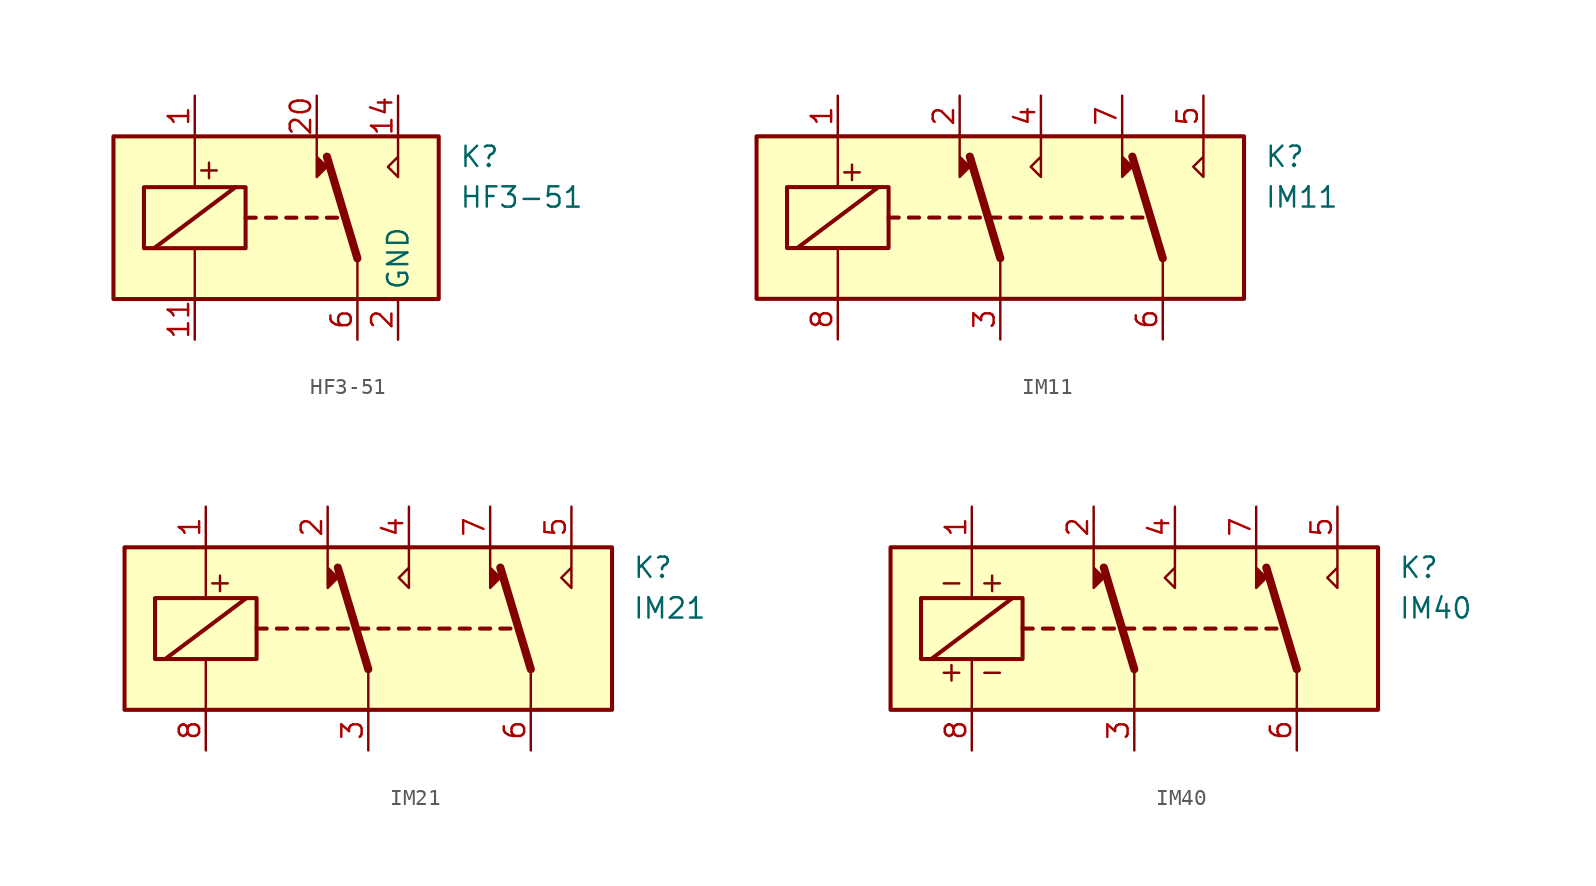
<source format=kicad_sym>
(kicad_symbol_lib
  (version 20241209)
  (generator "kicad_symbol_editor")
  (generator_version "9.0")
  (symbol "HF3-51"
    (property "Reference" "K"
      (at 11.43 3.81 0)
      (effects (font (size 1.27 1.27)) (justify left)))
    (property "Value" "HF3-51"
      (at 11.43 1.27 0)
      (effects (font (size 1.27 1.27)) (justify left)))
    (symbol "HF3-51_0_0"
      (polyline (pts (xy 7.62 5.08) (xy 7.62 2.54) (xy 6.985 3.175) (xy 7.62 3.81)) (stroke (width 0) (type default)) (fill (type none)))
      (text "+" (at -4.191 3.048 0) (effects (font (size 1.27 1.27)))))
    (symbol "HF3-51_0_1"
      (rectangle (start -10.16 5.08) (end 10.16 -5.08) (stroke (width 0.254) (type default)) (fill (type background)))
      (rectangle (start -8.255 1.905) (end -1.905 -1.905) (stroke (width 0.254) (type default)) (fill (type none)))
      (polyline (pts (xy -7.62 -1.905) (xy -2.54 1.905)) (stroke (width 0.254) (type default)) (fill (type none)))
      (polyline (pts (xy -5.08 5.08) (xy -5.08 1.905)) (stroke (width 0) (type default)) (fill (type none)))
      (polyline (pts (xy -5.08 -5.08) (xy -5.08 -1.905)) (stroke (width 0) (type default)) (fill (type none)))
      (polyline (pts (xy -1.905 0) (xy -1.27 0)) (stroke (width 0.254) (type default)) (fill (type none)))
      (polyline (pts (xy -0.635 0) (xy 0 0)) (stroke (width 0.254) (type default)) (fill (type none)))
      (polyline (pts (xy 0.635 0) (xy 1.27 0)) (stroke (width 0.254) (type default)) (fill (type none)))
      (polyline (pts (xy 1.905 0) (xy 2.54 0)) (stroke (width 0.254) (type default)) (fill (type none)))
      (polyline (pts (xy 2.54 5.08) (xy 2.54 2.54) (xy 3.175 3.175) (xy 2.54 3.81)) (stroke (width 0) (type default)) (fill (type outline)))
      (polyline (pts (xy 3.175 0) (xy 3.81 0)) (stroke (width 0.254) (type default)) (fill (type none)))
      (polyline (pts (xy 5.08 -2.54) (xy 3.175 3.81)) (stroke (width 0.508) (type default)) (fill (type none)))
      (polyline (pts (xy 5.08 -2.54) (xy 5.08 -5.08)) (stroke (width 0) (type default)) (fill (type none))))
    (symbol "HF3-51_1_1"
      (pin passive line (at -5.08 7.62 270) (length 2.54) (name "~" (effects (font (size 1.27 1.27)))) (number "1" (effects (font (size 1.27 1.27)))))
      (pin passive line (at -5.08 -7.62 90) (length 2.54) (name "~" (effects (font (size 1.27 1.27)))) (number "11" (effects (font (size 1.27 1.27)))))
      (pin passive line (at 2.54 7.62 270) (length 2.54) (name "~" (effects (font (size 1.27 1.27)))) (number "20" (effects (font (size 1.27 1.27)))))
      (pin passive line (at 5.08 -7.62 90) (length 2.54) (name "~" (effects (font (size 1.27 1.27)))) (number "6" (effects (font (size 1.27 1.27)))))
      (pin passive line (at 7.62 7.62 270) (length 2.54) (name "~" (effects (font (size 1.27 1.27)))) (number "14" (effects (font (size 1.27 1.27)))))
      (pin passive line (at 7.62 -7.62 90) (length 2.54) (hide yes) (name "GND" (effects (font (size 1.27 1.27)))) (number "10" (effects (font (size 1.27 1.27)))))
      (pin passive line (at 7.62 -7.62 90) (length 2.54) (hide yes) (name "GND" (effects (font (size 1.27 1.27)))) (number "12" (effects (font (size 1.27 1.27)))))
      (pin passive line (at 7.62 -7.62 90) (length 2.54) (hide yes) (name "GND" (effects (font (size 1.27 1.27)))) (number "13" (effects (font (size 1.27 1.27)))))
      (pin passive line (at 7.62 -7.62 90) (length 2.54) (hide yes) (name "GND" (effects (font (size 1.27 1.27)))) (number "15" (effects (font (size 1.27 1.27)))))
      (pin passive line (at 7.62 -7.62 90) (length 2.54) (hide yes) (name "GND" (effects (font (size 1.27 1.27)))) (number "17" (effects (font (size 1.27 1.27)))))
      (pin passive line (at 7.62 -7.62 90) (length 2.54) (hide yes) (name "GND" (effects (font (size 1.27 1.27)))) (number "19" (effects (font (size 1.27 1.27)))))
      (pin power_in line (at 7.62 -7.62 90) (length 2.54) (name "GND" (effects (font (size 1.27 1.27)))) (number "2" (effects (font (size 1.27 1.27)))))
      (pin passive line (at 7.62 -7.62 90) (length 2.54) (hide yes) (name "GND" (effects (font (size 1.27 1.27)))) (number "21" (effects (font (size 1.27 1.27)))))
      (pin passive line (at 7.62 -7.62 90) (length 2.54) (hide yes) (name "GND" (effects (font (size 1.27 1.27)))) (number "22" (effects (font (size 1.27 1.27)))))
      (pin passive line (at 7.62 -7.62 90) (length 2.54) (hide yes) (name "GND" (effects (font (size 1.27 1.27)))) (number "5" (effects (font (size 1.27 1.27)))))
      (pin passive line (at 7.62 -7.62 90) (length 2.54) (hide yes) (name "GND" (effects (font (size 1.27 1.27)))) (number "7" (effects (font (size 1.27 1.27)))))))
  (symbol "IM11"
    (property "Reference" "K"
      (at 16.51 3.81 0)
      (effects (font (size 1.27 1.27)) (justify left)))
    (property "Value" "IM11"
      (at 16.51 1.27 0)
      (effects (font (size 1.27 1.27)) (justify left)))
    (symbol "IM11_0_0"
      (text "+" (at -9.271 2.921 0) (effects (font (size 1.27 1.27)))))
    (symbol "IM11_0_1"
      (rectangle (start -15.24 5.08) (end 15.24 -5.08) (stroke (width 0.254) (type default)) (fill (type background)))
      (rectangle (start -13.335 1.905) (end -6.985 -1.905) (stroke (width 0.254) (type default)) (fill (type none)))
      (polyline (pts (xy -12.7 -1.905) (xy -7.62 1.905)) (stroke (width 0.254) (type default)) (fill (type none)))
      (polyline (pts (xy -10.16 5.08) (xy -10.16 1.905)) (stroke (width 0) (type default)) (fill (type none)))
      (polyline (pts (xy -10.16 -5.08) (xy -10.16 -1.905)) (stroke (width 0) (type default)) (fill (type none)))
      (polyline (pts (xy -6.985 0) (xy -6.35 0)) (stroke (width 0.254) (type default)) (fill (type none)))
      (polyline (pts (xy -5.715 0) (xy -5.08 0)) (stroke (width 0.254) (type default)) (fill (type none)))
      (polyline (pts (xy -4.445 0) (xy -3.81 0)) (stroke (width 0.254) (type default)) (fill (type none)))
      (polyline (pts (xy -3.175 0) (xy -2.54 0)) (stroke (width 0.254) (type default)) (fill (type none)))
      (polyline (pts (xy -2.54 5.08) (xy -2.54 2.54) (xy -1.905 3.175) (xy -2.54 3.81)) (stroke (width 0) (type default)) (fill (type outline)))
      (polyline (pts (xy -1.905 0) (xy -1.27 0)) (stroke (width 0.254) (type default)) (fill (type none)))
      (polyline (pts (xy -0.635 0) (xy 0 0)) (stroke (width 0.254) (type default)) (fill (type none)))
      (polyline (pts (xy 0 -2.54) (xy -1.905 3.81)) (stroke (width 0.508) (type default)) (fill (type none)))
      (polyline (pts (xy 0 -2.54) (xy 0 -5.08)) (stroke (width 0) (type default)) (fill (type none)))
      (polyline (pts (xy 0.635 0) (xy 1.27 0)) (stroke (width 0.254) (type default)) (fill (type none)))
      (polyline (pts (xy 1.905 0) (xy 2.54 0)) (stroke (width 0.254) (type default)) (fill (type none)))
      (polyline (pts (xy 2.54 5.08) (xy 2.54 2.54) (xy 1.905 3.175) (xy 2.54 3.81)) (stroke (width 0) (type default)) (fill (type none)))
      (polyline (pts (xy 3.175 0) (xy 3.81 0)) (stroke (width 0.254) (type default)) (fill (type none)))
      (polyline (pts (xy 4.445 0) (xy 5.08 0)) (stroke (width 0.254) (type default)) (fill (type none)))
      (polyline (pts (xy 5.715 0) (xy 6.35 0)) (stroke (width 0.254) (type default)) (fill (type none)))
      (polyline (pts (xy 6.985 0) (xy 7.62 0)) (stroke (width 0.254) (type default)) (fill (type none)))
      (polyline (pts (xy 7.62 5.08) (xy 7.62 2.54) (xy 8.255 3.175) (xy 7.62 3.81)) (stroke (width 0) (type default)) (fill (type outline)))
      (polyline (pts (xy 8.255 0) (xy 8.89 0)) (stroke (width 0.254) (type default)) (fill (type none)))
      (polyline (pts (xy 10.16 -2.54) (xy 8.255 3.81)) (stroke (width 0.508) (type default)) (fill (type none)))
      (polyline (pts (xy 10.16 -2.54) (xy 10.16 -5.08)) (stroke (width 0) (type default)) (fill (type none)))
      (polyline (pts (xy 12.7 5.08) (xy 12.7 2.54) (xy 12.065 3.175) (xy 12.7 3.81)) (stroke (width 0) (type default)) (fill (type none))))
    (symbol "IM11_1_1"
      (pin passive line (at -10.16 7.62 270) (length 2.54) (name "~" (effects (font (size 1.27 1.27)))) (number "1" (effects (font (size 1.27 1.27)))))
      (pin passive line (at -10.16 -7.62 90) (length 2.54) (name "~" (effects (font (size 1.27 1.27)))) (number "8" (effects (font (size 1.27 1.27)))))
      (pin passive line (at -2.54 7.62 270) (length 2.54) (name "~" (effects (font (size 1.27 1.27)))) (number "2" (effects (font (size 1.27 1.27)))))
      (pin passive line (at 0 -7.62 90) (length 2.54) (name "~" (effects (font (size 1.27 1.27)))) (number "3" (effects (font (size 1.27 1.27)))))
      (pin passive line (at 2.54 7.62 270) (length 2.54) (name "~" (effects (font (size 1.27 1.27)))) (number "4" (effects (font (size 1.27 1.27)))))
      (pin passive line (at 7.62 7.62 270) (length 2.54) (name "~" (effects (font (size 1.27 1.27)))) (number "7" (effects (font (size 1.27 1.27)))))
      (pin passive line (at 10.16 -7.62 90) (length 2.54) (name "~" (effects (font (size 1.27 1.27)))) (number "6" (effects (font (size 1.27 1.27)))))
      (pin passive line (at 12.7 7.62 270) (length 2.54) (name "~" (effects (font (size 1.27 1.27)))) (number "5" (effects (font (size 1.27 1.27)))))))
  (symbol "IM21"
    (property "Reference" "K"
      (at 16.51 3.81 0)
      (effects (font (size 1.27 1.27)) (justify left)))
    (property "Value" "IM21"
      (at 16.51 1.27 0)
      (effects (font (size 1.27 1.27)) (justify left)))
    (symbol "IM21_0_0"
      (text "+" (at -9.271 2.921 0) (effects (font (size 1.27 1.27)))))
    (symbol "IM21_0_1"
      (rectangle (start -15.24 5.08) (end 15.24 -5.08) (stroke (width 0.254) (type default)) (fill (type background)))
      (rectangle (start -13.335 1.905) (end -6.985 -1.905) (stroke (width 0.254) (type default)) (fill (type none)))
      (polyline (pts (xy -12.7 -1.905) (xy -7.62 1.905)) (stroke (width 0.254) (type default)) (fill (type none)))
      (polyline (pts (xy -10.16 5.08) (xy -10.16 1.905)) (stroke (width 0) (type default)) (fill (type none)))
      (polyline (pts (xy -10.16 -5.08) (xy -10.16 -1.905)) (stroke (width 0) (type default)) (fill (type none)))
      (polyline (pts (xy -6.985 0) (xy -6.35 0)) (stroke (width 0.254) (type default)) (fill (type none)))
      (polyline (pts (xy -5.715 0) (xy -5.08 0)) (stroke (width 0.254) (type default)) (fill (type none)))
      (polyline (pts (xy -4.445 0) (xy -3.81 0)) (stroke (width 0.254) (type default)) (fill (type none)))
      (polyline (pts (xy -3.175 0) (xy -2.54 0)) (stroke (width 0.254) (type default)) (fill (type none)))
      (polyline (pts (xy -2.54 5.08) (xy -2.54 2.54) (xy -1.905 3.175) (xy -2.54 3.81)) (stroke (width 0) (type default)) (fill (type outline)))
      (polyline (pts (xy -1.905 0) (xy -1.27 0)) (stroke (width 0.254) (type default)) (fill (type none)))
      (polyline (pts (xy -0.635 0) (xy 0 0)) (stroke (width 0.254) (type default)) (fill (type none)))
      (polyline (pts (xy 0 -2.54) (xy -1.905 3.81)) (stroke (width 0.508) (type default)) (fill (type none)))
      (polyline (pts (xy 0 -2.54) (xy 0 -5.08)) (stroke (width 0) (type default)) (fill (type none)))
      (polyline (pts (xy 0.635 0) (xy 1.27 0)) (stroke (width 0.254) (type default)) (fill (type none)))
      (polyline (pts (xy 1.905 0) (xy 2.54 0)) (stroke (width 0.254) (type default)) (fill (type none)))
      (polyline (pts (xy 2.54 5.08) (xy 2.54 2.54) (xy 1.905 3.175) (xy 2.54 3.81)) (stroke (width 0) (type default)) (fill (type none)))
      (polyline (pts (xy 3.175 0) (xy 3.81 0)) (stroke (width 0.254) (type default)) (fill (type none)))
      (polyline (pts (xy 4.445 0) (xy 5.08 0)) (stroke (width 0.254) (type default)) (fill (type none)))
      (polyline (pts (xy 5.715 0) (xy 6.35 0)) (stroke (width 0.254) (type default)) (fill (type none)))
      (polyline (pts (xy 6.985 0) (xy 7.62 0)) (stroke (width 0.254) (type default)) (fill (type none)))
      (polyline (pts (xy 7.62 5.08) (xy 7.62 2.54) (xy 8.255 3.175) (xy 7.62 3.81)) (stroke (width 0) (type default)) (fill (type outline)))
      (polyline (pts (xy 8.255 0) (xy 8.89 0)) (stroke (width 0.254) (type default)) (fill (type none)))
      (polyline (pts (xy 10.16 -2.54) (xy 8.255 3.81)) (stroke (width 0.508) (type default)) (fill (type none)))
      (polyline (pts (xy 10.16 -2.54) (xy 10.16 -5.08)) (stroke (width 0) (type default)) (fill (type none)))
      (polyline (pts (xy 12.7 5.08) (xy 12.7 2.54) (xy 12.065 3.175) (xy 12.7 3.81)) (stroke (width 0) (type default)) (fill (type none))))
    (symbol "IM21_1_1"
      (pin passive line (at -10.16 7.62 270) (length 2.54) (name "~" (effects (font (size 1.27 1.27)))) (number "1" (effects (font (size 1.27 1.27)))))
      (pin passive line (at -10.16 -7.62 90) (length 2.54) (name "~" (effects (font (size 1.27 1.27)))) (number "8" (effects (font (size 1.27 1.27)))))
      (pin passive line (at -2.54 7.62 270) (length 2.54) (name "~" (effects (font (size 1.27 1.27)))) (number "2" (effects (font (size 1.27 1.27)))))
      (pin passive line (at 0 -7.62 90) (length 2.54) (name "~" (effects (font (size 1.27 1.27)))) (number "3" (effects (font (size 1.27 1.27)))))
      (pin passive line (at 2.54 7.62 270) (length 2.54) (name "~" (effects (font (size 1.27 1.27)))) (number "4" (effects (font (size 1.27 1.27)))))
      (pin passive line (at 7.62 7.62 270) (length 2.54) (name "~" (effects (font (size 1.27 1.27)))) (number "7" (effects (font (size 1.27 1.27)))))
      (pin passive line (at 10.16 -7.62 90) (length 2.54) (name "~" (effects (font (size 1.27 1.27)))) (number "6" (effects (font (size 1.27 1.27)))))
      (pin passive line (at 12.7 7.62 270) (length 2.54) (name "~" (effects (font (size 1.27 1.27)))) (number "5" (effects (font (size 1.27 1.27)))))))
  (symbol "IM40"
    (property "Reference" "K"
      (at 16.51 3.81 0)
      (effects (font (size 1.27 1.27)) (justify left)))
    (property "Value" "IM40"
      (at 16.51 1.27 0)
      (effects (font (size 1.27 1.27)) (justify left)))
    (symbol "IM40_0_0"
      (text "- +" (at -10.16 2.921 0) (effects (font (size 1.27 1.27))))
      (text "+ -" (at -10.16 -2.667 0) (effects (font (size 1.27 1.27)))))
    (symbol "IM40_0_1"
      (rectangle (start -15.24 5.08) (end 15.24 -5.08) (stroke (width 0.254) (type default)) (fill (type background)))
      (rectangle (start -13.335 1.905) (end -6.985 -1.905) (stroke (width 0.254) (type default)) (fill (type none)))
      (polyline (pts (xy -12.7 -1.905) (xy -7.62 1.905)) (stroke (width 0.254) (type default)) (fill (type none)))
      (polyline (pts (xy -10.16 5.08) (xy -10.16 1.905)) (stroke (width 0) (type default)) (fill (type none)))
      (polyline (pts (xy -10.16 -5.08) (xy -10.16 -1.905)) (stroke (width 0) (type default)) (fill (type none)))
      (polyline (pts (xy -6.985 0) (xy -6.35 0)) (stroke (width 0.254) (type default)) (fill (type none)))
      (polyline (pts (xy -5.715 0) (xy -5.08 0)) (stroke (width 0.254) (type default)) (fill (type none)))
      (polyline (pts (xy -4.445 0) (xy -3.81 0)) (stroke (width 0.254) (type default)) (fill (type none)))
      (polyline (pts (xy -3.175 0) (xy -2.54 0)) (stroke (width 0.254) (type default)) (fill (type none)))
      (polyline (pts (xy -2.54 5.08) (xy -2.54 2.54) (xy -1.905 3.175) (xy -2.54 3.81)) (stroke (width 0) (type default)) (fill (type outline)))
      (polyline (pts (xy -1.905 0) (xy -1.27 0)) (stroke (width 0.254) (type default)) (fill (type none)))
      (polyline (pts (xy -0.635 0) (xy 0 0)) (stroke (width 0.254) (type default)) (fill (type none)))
      (polyline (pts (xy 0 -2.54) (xy -1.905 3.81)) (stroke (width 0.508) (type default)) (fill (type none)))
      (polyline (pts (xy 0 -2.54) (xy 0 -5.08)) (stroke (width 0) (type default)) (fill (type none)))
      (polyline (pts (xy 0.635 0) (xy 1.27 0)) (stroke (width 0.254) (type default)) (fill (type none)))
      (polyline (pts (xy 1.905 0) (xy 2.54 0)) (stroke (width 0.254) (type default)) (fill (type none)))
      (polyline (pts (xy 2.54 5.08) (xy 2.54 2.54) (xy 1.905 3.175) (xy 2.54 3.81)) (stroke (width 0) (type default)) (fill (type none)))
      (polyline (pts (xy 3.175 0) (xy 3.81 0)) (stroke (width 0.254) (type default)) (fill (type none)))
      (polyline (pts (xy 4.445 0) (xy 5.08 0)) (stroke (width 0.254) (type default)) (fill (type none)))
      (polyline (pts (xy 5.715 0) (xy 6.35 0)) (stroke (width 0.254) (type default)) (fill (type none)))
      (polyline (pts (xy 6.985 0) (xy 7.62 0)) (stroke (width 0.254) (type default)) (fill (type none)))
      (polyline (pts (xy 7.62 5.08) (xy 7.62 2.54) (xy 8.255 3.175) (xy 7.62 3.81)) (stroke (width 0) (type default)) (fill (type outline)))
      (polyline (pts (xy 8.255 0) (xy 8.89 0)) (stroke (width 0.254) (type default)) (fill (type none)))
      (polyline (pts (xy 10.16 -2.54) (xy 8.255 3.81)) (stroke (width 0.508) (type default)) (fill (type none)))
      (polyline (pts (xy 10.16 -2.54) (xy 10.16 -5.08)) (stroke (width 0) (type default)) (fill (type none)))
      (polyline (pts (xy 12.7 5.08) (xy 12.7 2.54) (xy 12.065 3.175) (xy 12.7 3.81)) (stroke (width 0) (type default)) (fill (type none))))
    (symbol "IM40_1_1"
      (pin passive line (at -10.16 7.62 270) (length 2.54) (name "~" (effects (font (size 1.27 1.27)))) (number "1" (effects (font (size 1.27 1.27)))))
      (pin passive line (at -10.16 -7.62 90) (length 2.54) (name "~" (effects (font (size 1.27 1.27)))) (number "8" (effects (font (size 1.27 1.27)))))
      (pin passive line (at -2.54 7.62 270) (length 2.54) (name "~" (effects (font (size 1.27 1.27)))) (number "2" (effects (font (size 1.27 1.27)))))
      (pin passive line (at 0 -7.62 90) (length 2.54) (name "~" (effects (font (size 1.27 1.27)))) (number "3" (effects (font (size 1.27 1.27)))))
      (pin passive line (at 2.54 7.62 270) (length 2.54) (name "~" (effects (font (size 1.27 1.27)))) (number "4" (effects (font (size 1.27 1.27)))))
      (pin passive line (at 7.62 7.62 270) (length 2.54) (name "~" (effects (font (size 1.27 1.27)))) (number "7" (effects (font (size 1.27 1.27)))))
      (pin passive line (at 10.16 -7.62 90) (length 2.54) (name "~" (effects (font (size 1.27 1.27)))) (number "6" (effects (font (size 1.27 1.27)))))
      (pin passive line (at 12.7 7.62 270) (length 2.54) (name "~" (effects (font (size 1.27 1.27)))) (number "5" (effects (font (size 1.27 1.27))))))))
</source>
